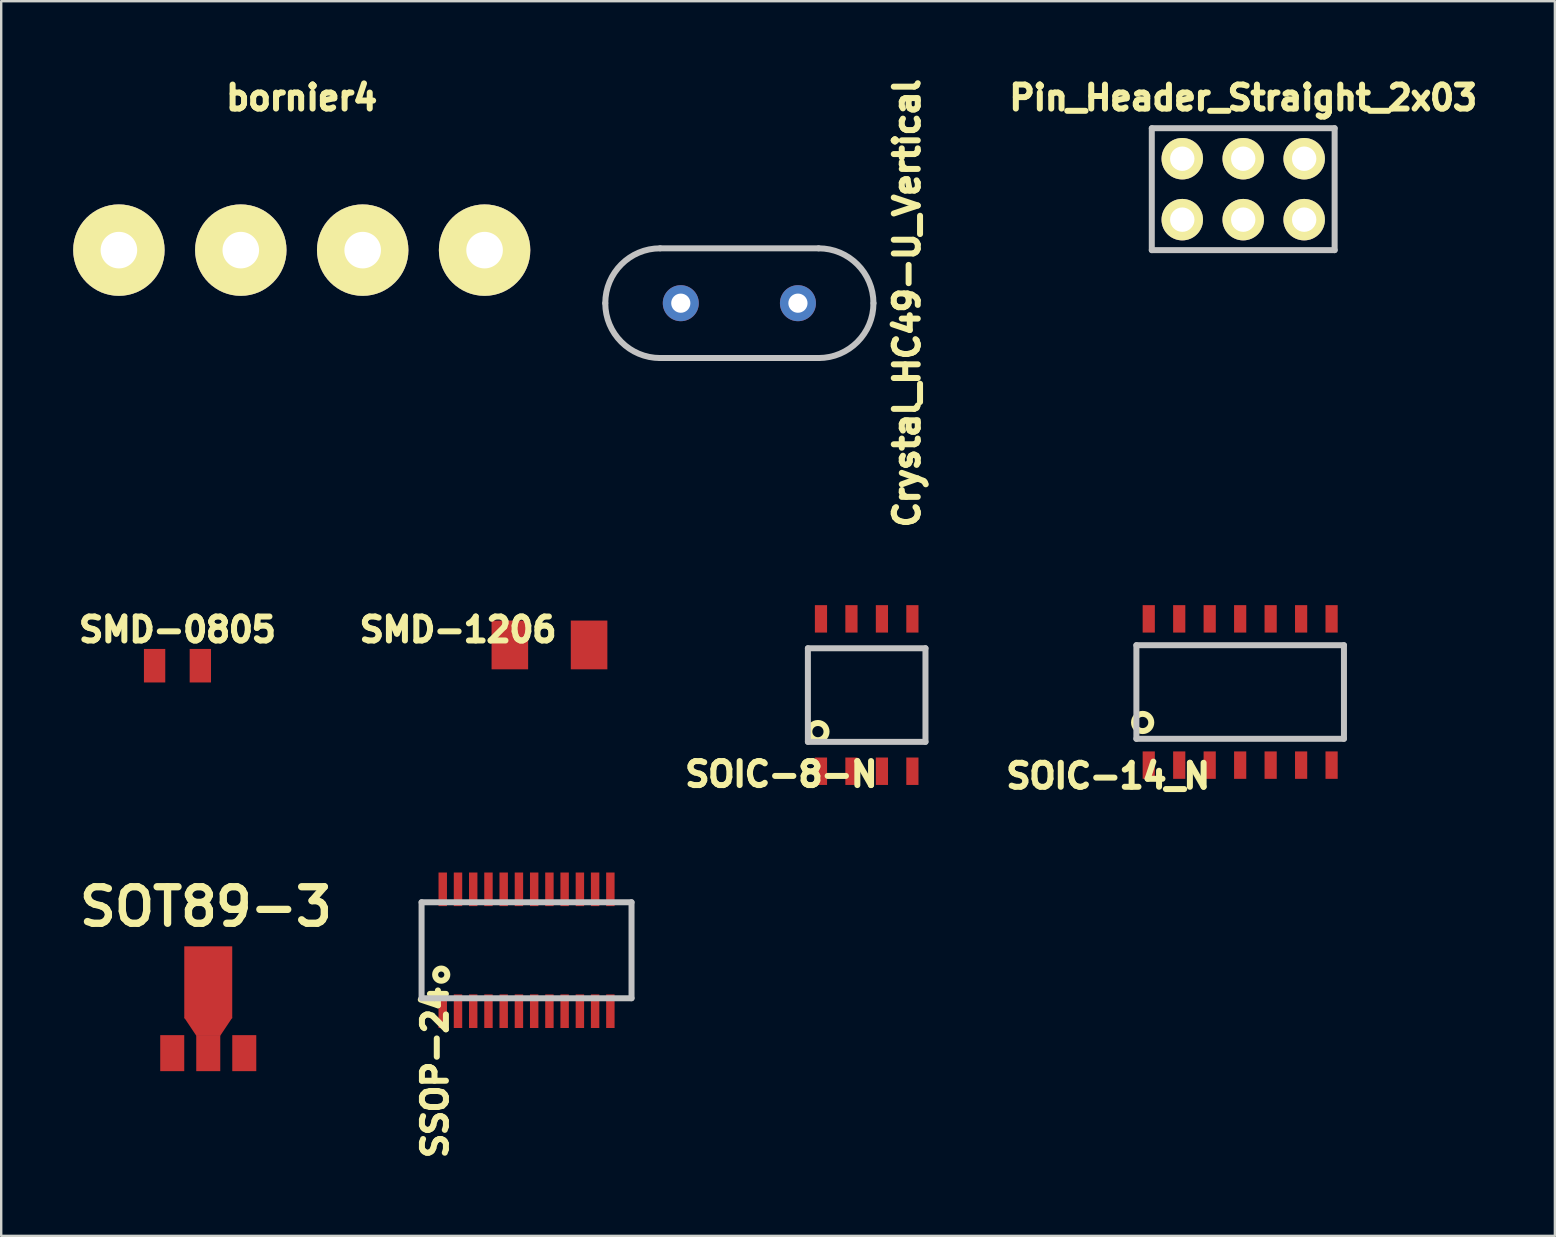
<source format=kicad_pcb>
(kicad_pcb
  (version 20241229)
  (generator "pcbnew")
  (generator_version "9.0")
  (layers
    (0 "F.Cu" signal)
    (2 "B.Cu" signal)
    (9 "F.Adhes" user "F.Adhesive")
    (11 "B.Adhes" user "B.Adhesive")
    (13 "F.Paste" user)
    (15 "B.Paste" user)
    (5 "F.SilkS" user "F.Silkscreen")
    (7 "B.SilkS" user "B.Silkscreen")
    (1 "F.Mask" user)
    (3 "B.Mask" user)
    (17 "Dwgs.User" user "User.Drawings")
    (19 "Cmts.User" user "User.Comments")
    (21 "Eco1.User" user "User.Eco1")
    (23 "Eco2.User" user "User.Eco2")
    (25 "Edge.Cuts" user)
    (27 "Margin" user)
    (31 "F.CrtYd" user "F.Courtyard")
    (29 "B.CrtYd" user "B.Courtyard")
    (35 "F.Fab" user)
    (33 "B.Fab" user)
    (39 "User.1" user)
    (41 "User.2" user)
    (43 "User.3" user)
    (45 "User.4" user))
  (footprint "SSOP-24"
    (layer "F.Cu")
    (at 18.894 36.552)
    (property "Reference" "SSOP-24" (at -3.81 5.08 90) (layer "F.SilkS") (effects (font (size 1 1) (thickness 0.25))))
    (attr smd)
    (fp_circle (center -3.556 1.016) (end -3.302 1.016) (stroke (width 0.25) (type solid)) (fill no) (layer "F.SilkS"))
    (fp_line (start -4.375 -2) (end -4.375 2) (stroke (width 0.25) (type solid)) (layer "Dwgs.User"))
    (fp_line (start -4.375 -2) (end 4.375 -2) (stroke (width 0.25) (type solid)) (layer "Dwgs.User"))
    (fp_line (start -4.375 2) (end 4.375 2) (stroke (width 0.25) (type solid)) (layer "Dwgs.User"))
    (fp_line (start 4.375 -2) (end 4.375 2) (stroke (width 0.25) (type solid)) (layer "Dwgs.User"))
    (pad "1" smd rect (at -3.493 2.54) (size 0.351 1.4) (layers "F.Cu" "F.Mask" "F.Paste"))
    (pad "2" smd rect (at -2.857 2.54) (size 0.351 1.4) (layers "F.Cu" "F.Mask" "F.Paste"))
    (pad "3" smd rect (at -2.223 2.54) (size 0.351 1.4) (layers "F.Cu" "F.Mask" "F.Paste"))
    (pad "4" smd rect (at -1.587 2.54) (size 0.351 1.4) (layers "F.Cu" "F.Mask" "F.Paste"))
    (pad "5" smd rect (at -0.953 2.54) (size 0.351 1.4) (layers "F.Cu" "F.Mask" "F.Paste"))
    (pad "6" smd rect (at -0.318 2.54) (size 0.351 1.4) (layers "F.Cu" "F.Mask" "F.Paste"))
    (pad "7" smd rect (at 0.318 2.54) (size 0.351 1.4) (layers "F.Cu" "F.Mask" "F.Paste"))
    (pad "8" smd rect (at 0.953 2.54) (size 0.351 1.4) (layers "F.Cu" "F.Mask" "F.Paste"))
    (pad "9" smd rect (at 1.587 2.54) (size 0.351 1.4) (layers "F.Cu" "F.Mask" "F.Paste"))
    (pad "10" smd rect (at 2.223 2.54) (size 0.351 1.4) (layers "F.Cu" "F.Mask" "F.Paste"))
    (pad "11" smd rect (at 2.857 2.54) (size 0.351 1.4) (layers "F.Cu" "F.Mask" "F.Paste"))
    (pad "12" smd rect (at 3.493 2.54) (size 0.351 1.4) (layers "F.Cu" "F.Mask" "F.Paste"))
    (pad "13" smd rect (at 3.493 -2.54) (size 0.351 1.4) (layers "F.Cu" "F.Mask" "F.Paste"))
    (pad "14" smd rect (at 2.857 -2.54) (size 0.351 1.4) (layers "F.Cu" "F.Mask" "F.Paste"))
    (pad "15" smd rect (at 2.223 -2.54) (size 0.351 1.4) (layers "F.Cu" "F.Mask" "F.Paste"))
    (pad "16" smd rect (at 1.587 -2.54) (size 0.351 1.4) (layers "F.Cu" "F.Mask" "F.Paste"))
    (pad "17" smd rect (at 0.953 -2.54) (size 0.351 1.4) (layers "F.Cu" "F.Mask" "F.Paste"))
    (pad "18" smd rect (at 0.318 -2.54) (size 0.351 1.4) (layers "F.Cu" "F.Mask" "F.Paste"))
    (pad "19" smd rect (at -0.318 -2.54) (size 0.351 1.4) (layers "F.Cu" "F.Mask" "F.Paste"))
    (pad "20" smd rect (at -0.953 -2.54) (size 0.351 1.4) (layers "F.Cu" "F.Mask" "F.Paste"))
    (pad "21" smd rect (at -1.587 -2.54) (size 0.351 1.4) (layers "F.Cu" "F.Mask" "F.Paste"))
    (pad "22" smd rect (at -2.223 -2.54) (size 0.351 1.4) (layers "F.Cu" "F.Mask" "F.Paste"))
    (pad "23" smd rect (at -2.857 -2.54) (size 0.351 1.4) (layers "F.Cu" "F.Mask" "F.Paste"))
    (pad "24" smd rect (at -3.493 -2.54) (size 0.351 1.4) (layers "F.Cu" "F.Mask" "F.Paste")))
  (footprint "SOIC-8-N"
    (layer "F.Cu")
    (at 33.069 25.916)
    (property "Reference" "SOIC-8-N" (at -3.556 3.302 0) (layer "F.SilkS") (effects (font (size 1 1) (thickness 0.25))))
    (attr smd)
    (fp_circle (center -2.032 1.524) (end -1.778 1.778) (stroke (width 0.25) (type solid)) (fill no) (layer "F.SilkS"))
    (fp_line (start -2.45 -1.95) (end -2.45 1.95) (stroke (width 0.25) (type solid)) (layer "Dwgs.User"))
    (fp_line (start -2.45 -1.95) (end 2.45 -1.95) (stroke (width 0.25) (type solid)) (layer "Dwgs.User"))
    (fp_line (start -2.45 1.95) (end 2.45 1.95) (stroke (width 0.25) (type solid)) (layer "Dwgs.User"))
    (fp_line (start 2.45 -1.95) (end 2.45 1.95) (stroke (width 0.25) (type solid)) (layer "Dwgs.User"))
    (pad "1" smd rect (at -1.905 3.175) (size 0.508 1.143) (layers "F.Cu" "F.Mask" "F.Paste"))
    (pad "2" smd rect (at -0.635 3.175) (size 0.508 1.143) (layers "F.Cu" "F.Mask" "F.Paste"))
    (pad "3" smd rect (at 0.635 3.175) (size 0.508 1.143) (layers "F.Cu" "F.Mask" "F.Paste"))
    (pad "4" smd rect (at 1.905 3.175) (size 0.508 1.143) (layers "F.Cu" "F.Mask" "F.Paste"))
    (pad "5" smd rect (at 1.905 -3.175) (size 0.508 1.143) (layers "F.Cu" "F.Mask" "F.Paste"))
    (pad "6" smd rect (at 0.635 -3.175) (size 0.508 1.143) (layers "F.Cu" "F.Mask" "F.Paste"))
    (pad "7" smd rect (at -0.635 -3.175) (size 0.508 1.143) (layers "F.Cu" "F.Mask" "F.Paste"))
    (pad "8" smd rect (at -1.905 -3.175) (size 0.508 1.143) (layers "F.Cu" "F.Mask" "F.Paste")))
  (footprint "SMD-0805"
    (layer "F.Cu")
    (at 4.346 24.693)
    (property "Reference" "SMD-0805" (at 0 -1.5 0) (layer "F.SilkS") (effects (font (size 1 1) (thickness 0.25))))
    (attr smd)
    (pad "1" smd rect (at -0.953 0) (size 0.889 1.397) (layers "F.Cu" "F.Mask" "F.Paste"))
    (pad "2" smd rect (at 0.953 0) (size 0.889 1.397) (layers "F.Cu" "F.Mask" "F.Paste")))
  (footprint "SMD-1206"
    (layer "F.Cu")
    (at 19.849 23.828)
    (property "Reference" "SMD-1206" (at -3.81 -0.635 180) (layer "F.SilkS") (effects (font (size 1 1) (thickness 0.25))))
    (attr smd)
    (pad "1" smd rect (at -1.651 0) (size 1.524 2.032) (layers "F.Cu" "F.Mask" "F.Paste"))
    (pad "2" smd rect (at 1.651 0) (size 1.524 2.032) (layers "F.Cu" "F.Mask" "F.Paste")))
  (footprint "SOT89-3"
    (layer "F.Cu")
    (at 5.629 38.988)
    (property "Reference" "SOT89-3" (at -0.099 -4.249 0) (layer "F.SilkS") (effects (font (size 1.524 1.524) (thickness 0.305))))
    (attr smd)
    (pad "GND" smd rect (at 0 -1.1) (size 1.999 3) (layers "F.Cu" "F.Mask" "F.Paste"))
    (pad "GND" smd trapezoid (at 0 0.749 180) (size 1.501 0.749) (rect_delta 0 0.5) (layers "F.Cu" "F.Mask" "F.Paste"))
    (pad "GND" smd rect (at 0 1.852) (size 1.001 1.501) (layers "F.Cu" "F.Mask" "F.Paste"))
    (pad "VI" smd rect (at 1.501 1.852) (size 1.001 1.501) (layers "F.Cu" "F.Mask" "F.Paste"))
    (pad "VO" smd rect (at -1.501 1.852) (size 1.001 1.501) (layers "F.Cu" "F.Mask" "F.Paste")))
  (footprint "bornier4"
    (layer "F.Cu")
    (at 9.525 7.374)
    (property "Reference" "bornier4" (at 0 -6.35 0) (layer "F.SilkS") (effects (font (size 1 1) (thickness 0.25))))
    (attr through_hole)
    (pad "1" thru_hole circle (at -7.62 0) (size 3.81 3.81) (drill 1.524) (layers "*.Cu" "*.Mask" "F.SilkS"))
    (pad "2" thru_hole circle (at -2.54 0) (size 3.81 3.81) (drill 1.524) (layers "*.Cu" "*.Mask" "F.SilkS"))
    (pad "3" thru_hole circle (at 2.54 0) (size 3.81 3.81) (drill 1.524) (layers "*.Cu" "*.Mask" "F.SilkS"))
    (pad "4" thru_hole circle (at 7.62 0) (size 3.81 3.81) (drill 1.524) (layers "*.Cu" "*.Mask" "F.SilkS")))
  (footprint "SOIC-14_N"
    (layer "F.Cu")
    (at 48.634 25.789)
    (property "Reference" "SOIC-14_N" (at -5.5 3.5 0) (layer "F.SilkS") (effects (font (size 1 1) (thickness 0.25))))
    (attr smd)
    (fp_circle (center -4.064 1.27) (end -3.81 1.524) (stroke (width 0.25) (type solid)) (fill no) (layer "F.SilkS"))
    (fp_line (start -4.325 -1.95) (end -4.325 1.95) (stroke (width 0.25) (type solid)) (layer "Dwgs.User"))
    (fp_line (start -4.325 -1.95) (end 4.325 -1.95) (stroke (width 0.25) (type solid)) (layer "Dwgs.User"))
    (fp_line (start -4.325 1.95) (end 4.325 1.95) (stroke (width 0.25) (type solid)) (layer "Dwgs.User"))
    (fp_line (start 4.325 -1.95) (end 4.325 1.95) (stroke (width 0.25) (type solid)) (layer "Dwgs.User"))
    (pad "1" smd rect (at -3.81 3.048) (size 0.508 1.143) (layers "F.Cu" "F.Mask" "F.Paste"))
    (pad "2" smd rect (at -2.54 3.048) (size 0.508 1.143) (layers "F.Cu" "F.Mask" "F.Paste"))
    (pad "3" smd rect (at -1.27 3.048) (size 0.508 1.143) (layers "F.Cu" "F.Mask" "F.Paste"))
    (pad "4" smd rect (at 0 3.048) (size 0.508 1.143) (layers "F.Cu" "F.Mask" "F.Paste"))
    (pad "5" smd rect (at 1.27 3.048) (size 0.508 1.143) (layers "F.Cu" "F.Mask" "F.Paste"))
    (pad "6" smd rect (at 2.54 3.048) (size 0.508 1.143) (layers "F.Cu" "F.Mask" "F.Paste"))
    (pad "7" smd rect (at 3.81 3.048) (size 0.508 1.143) (layers "F.Cu" "F.Mask" "F.Paste"))
    (pad "8" smd rect (at 3.81 -3.048) (size 0.508 1.143) (layers "F.Cu" "F.Mask" "F.Paste"))
    (pad "9" smd rect (at 2.54 -3.048) (size 0.508 1.143) (layers "F.Cu" "F.Mask" "F.Paste"))
    (pad "10" smd rect (at 1.27 -3.048) (size 0.508 1.143) (layers "F.Cu" "F.Mask" "F.Paste"))
    (pad "11" smd rect (at 0 -3.048) (size 0.508 1.143) (layers "F.Cu" "F.Mask" "F.Paste"))
    (pad "12" smd rect (at -1.27 -3.048) (size 0.508 1.143) (layers "F.Cu" "F.Mask" "F.Paste"))
    (pad "13" smd rect (at -2.54 -3.048) (size 0.508 1.143) (layers "F.Cu" "F.Mask" "F.Paste"))
    (pad "14" smd rect (at -3.81 -3.048) (size 0.508 1.143) (layers "F.Cu" "F.Mask" "F.Paste")))
  (footprint "Crystal_HC49-U_Vertical"
    (layer "F.Cu")
    (at 27.763 9.585)
    (property "Reference" "Crystal_HC49-U_Vertical" (at 6.985 0 270) (layer "F.SilkS") (effects (font (size 1 1) (thickness 0.25))))
    (attr through_hole)
    (fp_line (start -3.302 -2.286) (end 3.302 -2.286) (stroke (width 0.25) (type solid)) (layer "Dwgs.User"))
    (fp_line (start 3.302 2.286) (end -3.302 2.286) (stroke (width 0.25) (type solid)) (layer "Dwgs.User"))
    (fp_arc (start -5.588 0) (mid -4.918446 -1.616446) (end -3.302 -2.286) (stroke (width 0.25) (type solid)) (layer "Dwgs.User"))
    (fp_arc (start -3.302 2.286) (mid -4.918446 1.616446) (end -5.588 0) (stroke (width 0.25) (type solid)) (layer "Dwgs.User"))
    (fp_arc (start 3.302 -2.286) (mid 4.918446 -1.616446) (end 5.588 0) (stroke (width 0.25) (type solid)) (layer "Dwgs.User"))
    (fp_arc (start 5.588 0) (mid 4.918446 1.616446) (end 3.302 2.286) (stroke (width 0.25) (type solid)) (layer "Dwgs.User"))
    (pad "1" thru_hole circle (at -2.441 0) (size 1.501 1.501) (drill 0.8) (layers "*.Cu" "*.Mask"))
    (pad "2" thru_hole circle (at 2.441 0) (size 1.501 1.501) (drill 0.8) (layers "*.Cu" "*.Mask")))
  (footprint "Pin_Header_Straight_2x03"
    (layer "F.Cu")
    (at 48.761 4.834)
    (property "Reference" "Pin_Header_Straight_2x03" (at 0 -3.81 0) (layer "F.SilkS") (effects (font (size 1 1) (thickness 0.25))))
    (attr through_hole)
    (fp_line (start -3.81 -2.54) (end 3.81 -2.54) (stroke (width 0.25) (type solid)) (layer "Dwgs.User"))
    (fp_line (start -3.81 2.54) (end -3.81 -2.54) (stroke (width 0.25) (type solid)) (layer "Dwgs.User"))
    (fp_line (start 3.81 -2.54) (end 3.81 2.54) (stroke (width 0.25) (type solid)) (layer "Dwgs.User"))
    (fp_line (start 3.81 2.54) (end -3.81 2.54) (stroke (width 0.25) (type solid)) (layer "Dwgs.User"))
    (pad "1" thru_hole circle (at -2.54 1.27) (size 1.727 1.727) (drill 1.016) (layers "*.Cu" "*.Mask" "F.SilkS"))
    (pad "2" thru_hole oval (at -2.54 -1.27) (size 1.727 1.727) (drill 1.016) (layers "*.Cu" "*.Mask" "F.SilkS"))
    (pad "3" thru_hole oval (at 0 1.27) (size 1.727 1.727) (drill 1.016) (layers "*.Cu" "*.Mask" "F.SilkS"))
    (pad "4" thru_hole oval (at 0 -1.27) (size 1.727 1.727) (drill 1.016) (layers "*.Cu" "*.Mask" "F.SilkS"))
    (pad "5" thru_hole oval (at 2.54 1.27) (size 1.727 1.727) (drill 1.016) (layers "*.Cu" "*.Mask" "F.SilkS"))
    (pad "6" thru_hole oval (at 2.54 -1.27) (size 1.727 1.727) (drill 1.016) (layers "*.Cu" "*.Mask" "F.SilkS")))
  (gr_rect
    (start -3 -3)
    (end 61.75 48.455)
    (stroke (width 0.1) (type default))
    (fill no)
    (layer "Edge.Cuts")))
</source>
